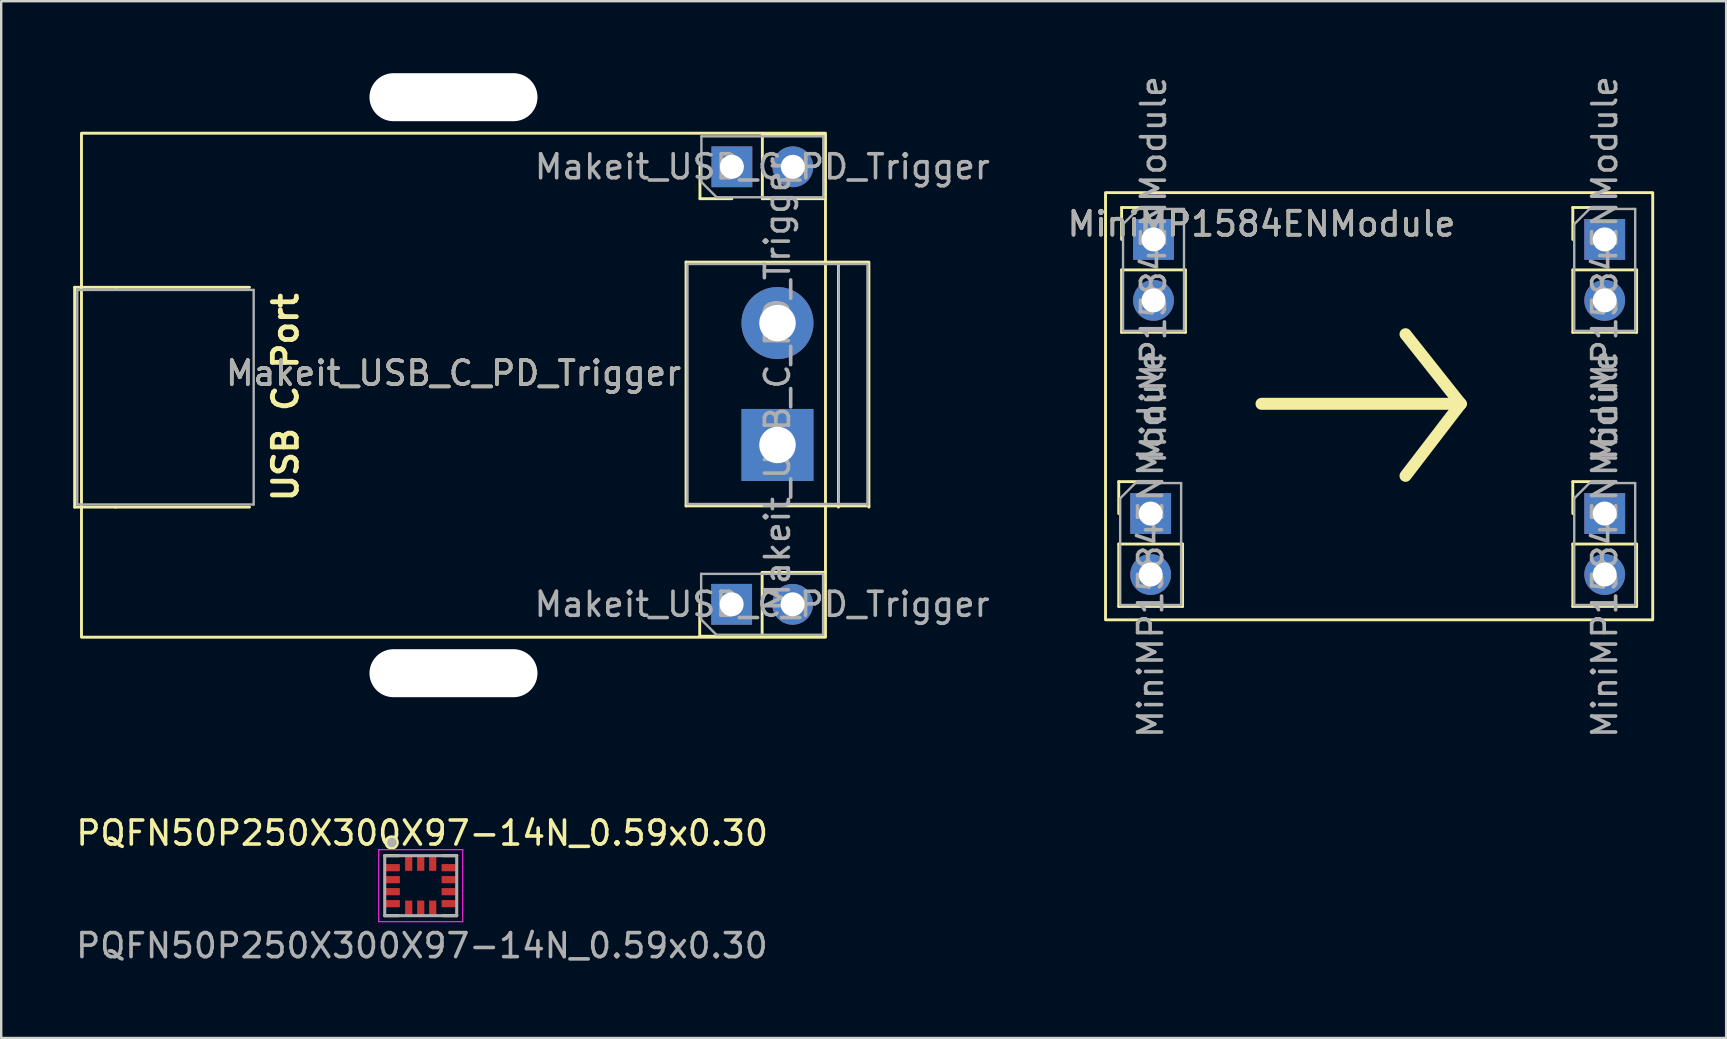
<source format=kicad_pcb>
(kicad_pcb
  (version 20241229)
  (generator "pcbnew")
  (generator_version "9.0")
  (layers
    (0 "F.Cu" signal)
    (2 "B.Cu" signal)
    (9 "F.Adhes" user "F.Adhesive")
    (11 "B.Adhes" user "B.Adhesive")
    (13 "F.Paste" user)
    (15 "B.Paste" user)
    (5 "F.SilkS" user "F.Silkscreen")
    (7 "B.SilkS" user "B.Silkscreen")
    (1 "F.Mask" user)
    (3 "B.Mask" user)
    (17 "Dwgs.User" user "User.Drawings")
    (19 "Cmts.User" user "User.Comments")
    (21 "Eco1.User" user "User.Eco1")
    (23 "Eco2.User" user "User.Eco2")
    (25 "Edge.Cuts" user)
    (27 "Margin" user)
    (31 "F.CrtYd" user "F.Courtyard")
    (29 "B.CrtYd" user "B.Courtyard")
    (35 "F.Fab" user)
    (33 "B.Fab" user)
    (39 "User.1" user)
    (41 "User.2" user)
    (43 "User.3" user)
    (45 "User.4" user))
  (footprint "Makeit_USB_C_PD_Trigger"
    (layer "F.Cu")
    (at 15.845 12.5)
    (property "Reference" "Makeit_USB_C_PD_Trigger" (at 0 0 0) (unlocked yes) (layer "F.SilkS") (effects (font (size 1 1) (thickness 0.15))))
    (attr smd)
    (fp_line (start -15.785 -3.58) (end -14.08 -3.58) (stroke (width 0.12) (type solid)) (layer "F.SilkS"))
    (fp_line (start -15.785 5.58) (end -15.785 -3.58) (stroke (width 0.12) (type solid)) (layer "F.SilkS"))
    (fp_line (start -14.08 5.58) (end -15.785 5.58) (stroke (width 0.12) (type solid)) (layer "F.SilkS"))
    (fp_line (start -14.08 5.58) (end -8.5 5.58) (stroke (width 0.12) (type solid)) (layer "F.SilkS"))
    (fp_line (start -8.5 -3.58) (end -14.08 -3.58) (stroke (width 0.12) (type solid)) (layer "F.SilkS"))
    (fp_line (start 9.69 -4.63) (end 9.69 5.53) (stroke (width 0.12) (type solid)) (layer "F.SilkS"))
    (fp_line (start 9.69 5.53) (end 17.31 5.53) (stroke (width 0.12) (type solid)) (layer "F.SilkS"))
    (fp_line (start 10.26 10.96) (end 10.26 9.63) (stroke (width 0.12) (type solid)) (layer "F.SilkS"))
    (fp_line (start 10.27 -7.27) (end 10.27 -8.6) (stroke (width 0.12) (type solid)) (layer "F.SilkS"))
    (fp_line (start 11.59 10.96) (end 10.26 10.96) (stroke (width 0.12) (type solid)) (layer "F.SilkS"))
    (fp_line (start 11.6 -7.27) (end 10.27 -7.27) (stroke (width 0.12) (type solid)) (layer "F.SilkS"))
    (fp_line (start 12.86 8.3) (end 15.46 8.3) (stroke (width 0.12) (type solid)) (layer "F.SilkS"))
    (fp_line (start 12.86 10.96) (end 12.86 8.3) (stroke (width 0.12) (type solid)) (layer "F.SilkS"))
    (fp_line (start 12.86 10.96) (end 15.46 10.96) (stroke (width 0.12) (type solid)) (layer "F.SilkS"))
    (fp_line (start 12.87 -9.93) (end 15.47 -9.93) (stroke (width 0.12) (type solid)) (layer "F.SilkS"))
    (fp_line (start 12.87 -7.27) (end 12.87 -9.93) (stroke (width 0.12) (type solid)) (layer "F.SilkS"))
    (fp_line (start 12.87 -7.27) (end 15.47 -7.27) (stroke (width 0.12) (type solid)) (layer "F.SilkS"))
    (fp_line (start 15.46 10.96) (end 15.46 8.3) (stroke (width 0.12) (type solid)) (layer "F.SilkS"))
    (fp_line (start 15.47 -7.27) (end 15.47 -9.93) (stroke (width 0.12) (type solid)) (layer "F.SilkS"))
    (fp_line (start 16.04 -4.58) (end 16.04 5.58) (stroke (width 0.12) (type solid)) (layer "F.SilkS"))
    (fp_line (start 17.31 -4.63) (end 9.69 -4.63) (stroke (width 0.12) (type solid)) (layer "F.SilkS"))
    (fp_line (start 17.31 5.58) (end 17.31 -4.58) (stroke (width 0.12) (type solid)) (layer "F.SilkS"))
    (fp_rect (start -15.5 -10) (end 15.5 11) (stroke (width 0.12) (type solid)) (fill no) (layer "F.SilkS"))
    (fp_line (start -15.675 -3.47) (end -15.675 5.47) (stroke (width 0.1) (type solid)) (layer "F.Fab"))
    (fp_line (start -15.675 5.47) (end -8.325 5.47) (stroke (width 0.1) (type solid)) (layer "F.Fab"))
    (fp_line (start -8.325 -3.47) (end -15.675 -3.47) (stroke (width 0.1) (type solid)) (layer "F.Fab"))
    (fp_line (start -8.325 -3.47) (end -8.325 5.47) (stroke (width 0.1) (type solid)) (layer "F.Fab"))
    (fp_line (start 9.75 -4.55) (end 9.75 5.45) (stroke (width 0.1) (type solid)) (layer "F.Fab"))
    (fp_line (start 9.75 5.45) (end 17.25 5.45) (stroke (width 0.1) (type solid)) (layer "F.Fab"))
    (fp_line (start 10.32 8.36) (end 15.4 8.36) (stroke (width 0.1) (type solid)) (layer "F.Fab"))
    (fp_line (start 10.32 10.265) (end 10.32 8.36) (stroke (width 0.1) (type solid)) (layer "F.Fab"))
    (fp_line (start 10.33 -9.87) (end 15.41 -9.87) (stroke (width 0.1) (type solid)) (layer "F.Fab"))
    (fp_line (start 10.33 -7.965) (end 10.33 -9.87) (stroke (width 0.1) (type solid)) (layer "F.Fab"))
    (fp_line (start 10.955 10.9) (end 10.32 10.265) (stroke (width 0.1) (type solid)) (layer "F.Fab"))
    (fp_line (start 10.965 -7.33) (end 10.33 -7.965) (stroke (width 0.1) (type solid)) (layer "F.Fab"))
    (fp_line (start 15.4 8.36) (end 15.4 10.9) (stroke (width 0.1) (type solid)) (layer "F.Fab"))
    (fp_line (start 15.4 10.9) (end 10.955 10.9) (stroke (width 0.1) (type solid)) (layer "F.Fab"))
    (fp_line (start 15.41 -9.87) (end 15.41 -7.33) (stroke (width 0.1) (type solid)) (layer "F.Fab"))
    (fp_line (start 15.41 -7.33) (end 10.965 -7.33) (stroke (width 0.1) (type solid)) (layer "F.Fab"))
    (fp_line (start 16.05 5.45) (end 16.05 -4.45) (stroke (width 0.1) (type solid)) (layer "F.Fab"))
    (fp_line (start 17.25 -4.55) (end 9.75 -4.55) (stroke (width 0.1) (type solid)) (layer "F.Fab"))
    (fp_line (start 17.25 5.5) (end 17.25 -4.5) (stroke (width 0.1) (type solid)) (layer "F.Fab"))
    (fp_text user "USB C Port" (at -7 1 90) (unlocked yes) (layer "F.SilkS") (effects (font (size 1 1) (thickness 0.2))))
    (fp_text user "${REFERENCE}" (at 12.87 -8.6 180) (layer "F.Fab") (effects (font (size 1 1) (thickness 0.15))))
    (fp_text user "${REFERENCE}" (at 0 0 0) (unlocked yes) (layer "F.Fab") (effects (font (size 1 1) (thickness 0.15))))
    (fp_text user "${REFERENCE}" (at 12.86 9.63 180) (layer "F.Fab") (effects (font (size 1 1) (thickness 0.15))))
    (fp_text user "${REFERENCE}" (at 13.5 0.45 90) (layer "F.Fab") (effects (font (size 1 1) (thickness 0.15))))
    (pad "" np_thru_hole oval (at 0 -11.5) (size 7 2) (drill oval 7 2) (layers "*.Cu" "*.Mask"))
    (pad "" np_thru_hole oval (at 0 12.5) (size 7 2) (drill oval 7 2) (layers "*.Cu" "*.Mask"))
    (pad "1" thru_hole rect (at 11.6 -8.6 90) (size 1.7 1.7) (drill 1) (layers "*.Cu" "*.Mask"))
    (pad "1" thru_hole circle (at 13.5 -2.09 90) (size 3 3) (drill 1.52) (layers "*.Cu" "*.Mask"))
    (pad "1" thru_hole oval (at 14.14 -8.6 90) (size 1.7 1.7) (drill 1) (layers "*.Cu" "*.Mask"))
    (pad "2" thru_hole rect (at 11.59 9.63 90) (size 1.7 1.7) (drill 1) (layers "*.Cu" "*.Mask"))
    (pad "2" thru_hole rect (at 13.5 2.99 90) (size 3 3) (drill 1.52) (layers "*.Cu" "*.Mask"))
    (pad "2" thru_hole oval (at 14.13 9.63 90) (size 1.7 1.7) (drill 1) (layers "*.Cu" "*.Mask")))
  (footprint "MiniMP1584ENModule"
    (layer "F.Cu")
    (at 54.013 13.776)
    (property "Reference" "MiniMP1584ENModule" (at -4.5 -7.5 0) (unlocked yes) (layer "F.SilkS") (effects (font (size 1 1) (thickness 0.15))))
    (attr smd)
    (fp_line (start -10.449 3.242) (end -9.119 3.242) (stroke (width 0.12) (type solid)) (layer "F.SilkS"))
    (fp_line (start -10.449 4.572) (end -10.449 3.242) (stroke (width 0.12) (type solid)) (layer "F.SilkS"))
    (fp_line (start -10.449 5.842) (end -10.449 8.442) (stroke (width 0.12) (type solid)) (layer "F.SilkS"))
    (fp_line (start -10.449 5.842) (end -7.789 5.842) (stroke (width 0.12) (type solid)) (layer "F.SilkS"))
    (fp_line (start -10.449 8.442) (end -7.789 8.442) (stroke (width 0.12) (type solid)) (layer "F.SilkS"))
    (fp_line (start -10.33 -8.18) (end -9 -8.18) (stroke (width 0.12) (type solid)) (layer "F.SilkS"))
    (fp_line (start -10.33 -6.85) (end -10.33 -8.18) (stroke (width 0.12) (type solid)) (layer "F.SilkS"))
    (fp_line (start -10.33 -5.58) (end -10.33 -2.98) (stroke (width 0.12) (type solid)) (layer "F.SilkS"))
    (fp_line (start -10.33 -5.58) (end -7.67 -5.58) (stroke (width 0.12) (type solid)) (layer "F.SilkS"))
    (fp_line (start -10.33 -2.98) (end -7.67 -2.98) (stroke (width 0.12) (type solid)) (layer "F.SilkS"))
    (fp_line (start -7.789 5.842) (end -7.789 8.442) (stroke (width 0.12) (type solid)) (layer "F.SilkS"))
    (fp_line (start -7.67 -5.58) (end -7.67 -2.98) (stroke (width 0.12) (type solid)) (layer "F.SilkS"))
    (fp_line (start -4.5 0) (end 3.8 0) (stroke (width 0.5) (type solid)) (layer "F.SilkS"))
    (fp_line (start 1.5 3) (end 3.8 0) (stroke (width 0.5) (type solid)) (layer "F.SilkS"))
    (fp_line (start 3.8 0) (end 1.5 -2.9) (stroke (width 0.5) (type solid)) (layer "F.SilkS"))
    (fp_line (start 8.47 -8.18) (end 9.8 -8.18) (stroke (width 0.12) (type solid)) (layer "F.SilkS"))
    (fp_line (start 8.47 -6.85) (end 8.47 -8.18) (stroke (width 0.12) (type solid)) (layer "F.SilkS"))
    (fp_line (start 8.47 -5.58) (end 8.47 -2.98) (stroke (width 0.12) (type solid)) (layer "F.SilkS"))
    (fp_line (start 8.47 -5.58) (end 11.13 -5.58) (stroke (width 0.12) (type solid)) (layer "F.SilkS"))
    (fp_line (start 8.47 -2.98) (end 11.13 -2.98) (stroke (width 0.12) (type solid)) (layer "F.SilkS"))
    (fp_line (start 8.47 3.242) (end 9.8 3.242) (stroke (width 0.12) (type solid)) (layer "F.SilkS"))
    (fp_line (start 8.47 4.572) (end 8.47 3.242) (stroke (width 0.12) (type solid)) (layer "F.SilkS"))
    (fp_line (start 8.47 5.842) (end 8.47 8.442) (stroke (width 0.12) (type solid)) (layer "F.SilkS"))
    (fp_line (start 8.47 5.842) (end 11.13 5.842) (stroke (width 0.12) (type solid)) (layer "F.SilkS"))
    (fp_line (start 8.47 8.442) (end 11.13 8.442) (stroke (width 0.12) (type solid)) (layer "F.SilkS"))
    (fp_line (start 11.13 -5.58) (end 11.13 -2.98) (stroke (width 0.12) (type solid)) (layer "F.SilkS"))
    (fp_line (start 11.13 5.842) (end 11.13 8.442) (stroke (width 0.12) (type solid)) (layer "F.SilkS"))
    (fp_rect (start -11 -8.8) (end 11.8 9) (stroke (width 0.12) (type solid)) (fill no) (layer "F.SilkS"))
    (fp_line (start -10.389 3.937) (end -9.754 3.302) (stroke (width 0.1) (type solid)) (layer "F.Fab"))
    (fp_line (start -10.389 8.382) (end -10.389 3.937) (stroke (width 0.1) (type solid)) (layer "F.Fab"))
    (fp_line (start -10.27 -7.485) (end -9.635 -8.12) (stroke (width 0.1) (type solid)) (layer "F.Fab"))
    (fp_line (start -10.27 -3.04) (end -10.27 -7.485) (stroke (width 0.1) (type solid)) (layer "F.Fab"))
    (fp_line (start -9.754 3.302) (end -7.849 3.302) (stroke (width 0.1) (type solid)) (layer "F.Fab"))
    (fp_line (start -9.635 -8.12) (end -7.73 -8.12) (stroke (width 0.1) (type solid)) (layer "F.Fab"))
    (fp_line (start -7.849 3.302) (end -7.849 8.382) (stroke (width 0.1) (type solid)) (layer "F.Fab"))
    (fp_line (start -7.849 8.382) (end -10.389 8.382) (stroke (width 0.1) (type solid)) (layer "F.Fab"))
    (fp_line (start -7.73 -8.12) (end -7.73 -3.04) (stroke (width 0.1) (type solid)) (layer "F.Fab"))
    (fp_line (start -7.73 -3.04) (end -10.27 -3.04) (stroke (width 0.1) (type solid)) (layer "F.Fab"))
    (fp_line (start 8.53 -7.485) (end 9.165 -8.12) (stroke (width 0.1) (type solid)) (layer "F.Fab"))
    (fp_line (start 8.53 -3.04) (end 8.53 -7.485) (stroke (width 0.1) (type solid)) (layer "F.Fab"))
    (fp_line (start 8.53 3.937) (end 9.165 3.302) (stroke (width 0.1) (type solid)) (layer "F.Fab"))
    (fp_line (start 8.53 8.382) (end 8.53 3.937) (stroke (width 0.1) (type solid)) (layer "F.Fab"))
    (fp_line (start 9.165 -8.12) (end 11.07 -8.12) (stroke (width 0.1) (type solid)) (layer "F.Fab"))
    (fp_line (start 9.165 3.302) (end 11.07 3.302) (stroke (width 0.1) (type solid)) (layer "F.Fab"))
    (fp_line (start 11.07 -8.12) (end 11.07 -3.04) (stroke (width 0.1) (type solid)) (layer "F.Fab"))
    (fp_line (start 11.07 -3.04) (end 8.53 -3.04) (stroke (width 0.1) (type solid)) (layer "F.Fab"))
    (fp_line (start 11.07 3.302) (end 11.07 8.382) (stroke (width 0.1) (type solid)) (layer "F.Fab"))
    (fp_line (start 11.07 8.382) (end 8.53 8.382) (stroke (width 0.1) (type solid)) (layer "F.Fab"))
    (fp_text user "${REFERENCE}" (at 9.8 -5.58 90) (layer "F.Fab") (effects (font (size 1 1) (thickness 0.15))))
    (fp_text user "${REFERENCE}" (at -9 -5.58 90) (layer "F.Fab") (effects (font (size 1 1) (thickness 0.15))))
    (fp_text user "${REFERENCE}" (at -9.119 5.842 90) (layer "F.Fab") (effects (font (size 1 1) (thickness 0.15))))
    (fp_text user "${REFERENCE}" (at 9.8 5.842 90) (layer "F.Fab") (effects (font (size 1 1) (thickness 0.15))))
    (fp_text user "${REFERENCE}" (at -4.5 -7.5 0) (unlocked yes) (layer "F.Fab") (effects (font (size 1 1) (thickness 0.15))))
    (pad "1" thru_hole rect (at -9.119 4.572) (size 1.7 1.7) (drill 1) (layers "*.Cu" "*.Mask"))
    (pad "1" thru_hole oval (at -9.119 7.112) (size 1.7 1.7) (drill 1) (layers "*.Cu" "*.Mask"))
    (pad "2" thru_hole rect (at -9 -6.85) (size 1.7 1.7) (drill 1) (layers "*.Cu" "*.Mask"))
    (pad "2" thru_hole oval (at -9 -4.31) (size 1.7 1.7) (drill 1) (layers "*.Cu" "*.Mask"))
    (pad "3" thru_hole rect (at 9.8 -6.85) (size 1.7 1.7) (drill 1) (layers "*.Cu" "*.Mask"))
    (pad "3" thru_hole oval (at 9.8 -4.31) (size 1.7 1.7) (drill 1) (layers "*.Cu" "*.Mask"))
    (pad "4" thru_hole rect (at 9.8 4.572) (size 1.7 1.7) (drill 1) (layers "*.Cu" "*.Mask"))
    (pad "4" thru_hole oval (at 9.8 7.112) (size 1.7 1.7) (drill 1) (layers "*.Cu" "*.Mask")))
  (footprint "PQFN50P250X300X97-14N_0.59x0.30"
    (layer "F.Cu")
    (at 14.53 33.853)
    (property "Reference" "PQFN50P250X300X97-14N_0.59x0.30" (at 0.01 -2.19 0) (unlocked yes) (layer "F.SilkS") (effects (font (size 1 1) (thickness 0.15))))
    (attr smd)
    (fp_line (start -1.55 -1.25) (end -0.975 -1.25) (stroke (width 0.127) (type solid)) (layer "F.SilkS"))
    (fp_line (start -1.55 1.25) (end -0.975 1.25) (stroke (width 0.127) (type solid)) (layer "F.SilkS"))
    (fp_line (start 1.45 -1.25) (end 0.875 -1.25) (stroke (width 0.127) (type solid)) (layer "F.SilkS"))
    (fp_line (start 1.45 1.25) (end 0.875 1.25) (stroke (width 0.127) (type solid)) (layer "F.SilkS"))
    (fp_circle (center -1.262 -1.8) (end -1.163 -1.8) (stroke (width 0.2) (type solid)) (fill no) (layer "F.SilkS"))
    (fp_line (start -1.8 -1.5) (end 1.7 -1.5) (stroke (width 0.05) (type solid)) (layer "F.CrtYd"))
    (fp_line (start -1.8 1.5) (end -1.8 -1.5) (stroke (width 0.05) (type solid)) (layer "F.CrtYd"))
    (fp_line (start -1.8 1.5) (end 1.7 1.5) (stroke (width 0.05) (type solid)) (layer "F.CrtYd"))
    (fp_line (start 1.7 1.5) (end 1.7 -1.5) (stroke (width 0.05) (type solid)) (layer "F.CrtYd"))
    (fp_line (start -1.55 1.25) (end -1.55 -1.25) (stroke (width 0.127) (type solid)) (layer "F.Fab"))
    (fp_line (start 1.45 -1.25) (end -1.55 -1.25) (stroke (width 0.127) (type solid)) (layer "F.Fab"))
    (fp_line (start 1.45 1.25) (end -1.55 1.25) (stroke (width 0.127) (type solid)) (layer "F.Fab"))
    (fp_line (start 1.45 1.25) (end 1.45 -1.25) (stroke (width 0.127) (type solid)) (layer "F.Fab"))
    (fp_circle (center -1.25 -1.8) (end -1.15 -1.8) (stroke (width 0.2) (type solid)) (fill no) (layer "F.Fab"))
    (fp_text user "${REFERENCE}" (at 0 2.5 0) (unlocked yes) (layer "F.Fab") (effects (font (size 1 1) (thickness 0.15))))
    (pad "1" smd roundrect (at -1.215 -0.75) (size 0.59 0.3) (layers "F.Cu" "F.Mask" "F.Paste") (roundrect_rratio 0.04))
    (pad "2" smd roundrect (at -1.215 -0.25) (size 0.59 0.3) (layers "F.Cu" "F.Mask" "F.Paste") (roundrect_rratio 0.04))
    (pad "3" smd roundrect (at -1.215 0.25) (size 0.59 0.3) (layers "F.Cu" "F.Mask" "F.Paste") (roundrect_rratio 0.04))
    (pad "4" smd roundrect (at -1.215 0.75) (size 0.59 0.3) (layers "F.Cu" "F.Mask" "F.Paste") (roundrect_rratio 0.04))
    (pad "5" smd roundrect (at -0.55 0.915 90) (size 0.59 0.3) (layers "F.Cu" "F.Mask" "F.Paste") (roundrect_rratio 0.04))
    (pad "6" smd roundrect (at -0.05 0.915 90) (size 0.59 0.3) (layers "F.Cu" "F.Mask" "F.Paste") (roundrect_rratio 0.04))
    (pad "7" smd roundrect (at 0.45 0.915 90) (size 0.59 0.3) (layers "F.Cu" "F.Mask" "F.Paste") (roundrect_rratio 0.04))
    (pad "8" smd roundrect (at 1.115 0.75) (size 0.59 0.3) (layers "F.Cu" "F.Mask" "F.Paste") (roundrect_rratio 0.04))
    (pad "9" smd roundrect (at 1.115 0.25) (size 0.59 0.3) (layers "F.Cu" "F.Mask" "F.Paste") (roundrect_rratio 0.04))
    (pad "10" smd roundrect (at 1.115 -0.25) (size 0.59 0.3) (layers "F.Cu" "F.Mask" "F.Paste") (roundrect_rratio 0.04))
    (pad "11" smd roundrect (at 1.115 -0.75) (size 0.59 0.3) (layers "F.Cu" "F.Mask" "F.Paste") (roundrect_rratio 0.04))
    (pad "12" smd roundrect (at 0.45 -0.915 90) (size 0.59 0.3) (layers "F.Cu" "F.Mask" "F.Paste") (roundrect_rratio 0.04))
    (pad "13" smd roundrect (at -0.05 -0.915 90) (size 0.59 0.3) (layers "F.Cu" "F.Mask" "F.Paste") (roundrect_rratio 0.04))
    (pad "14" smd roundrect (at -0.55 -0.915 90) (size 0.59 0.3) (layers "F.Cu" "F.Mask" "F.Paste") (roundrect_rratio 0.04)))
  (gr_rect
    (start -3 -3)
    (end 68.873 40.201)
    (stroke (width 0.1) (type default))
    (fill no)
    (layer "Edge.Cuts")))
</source>
